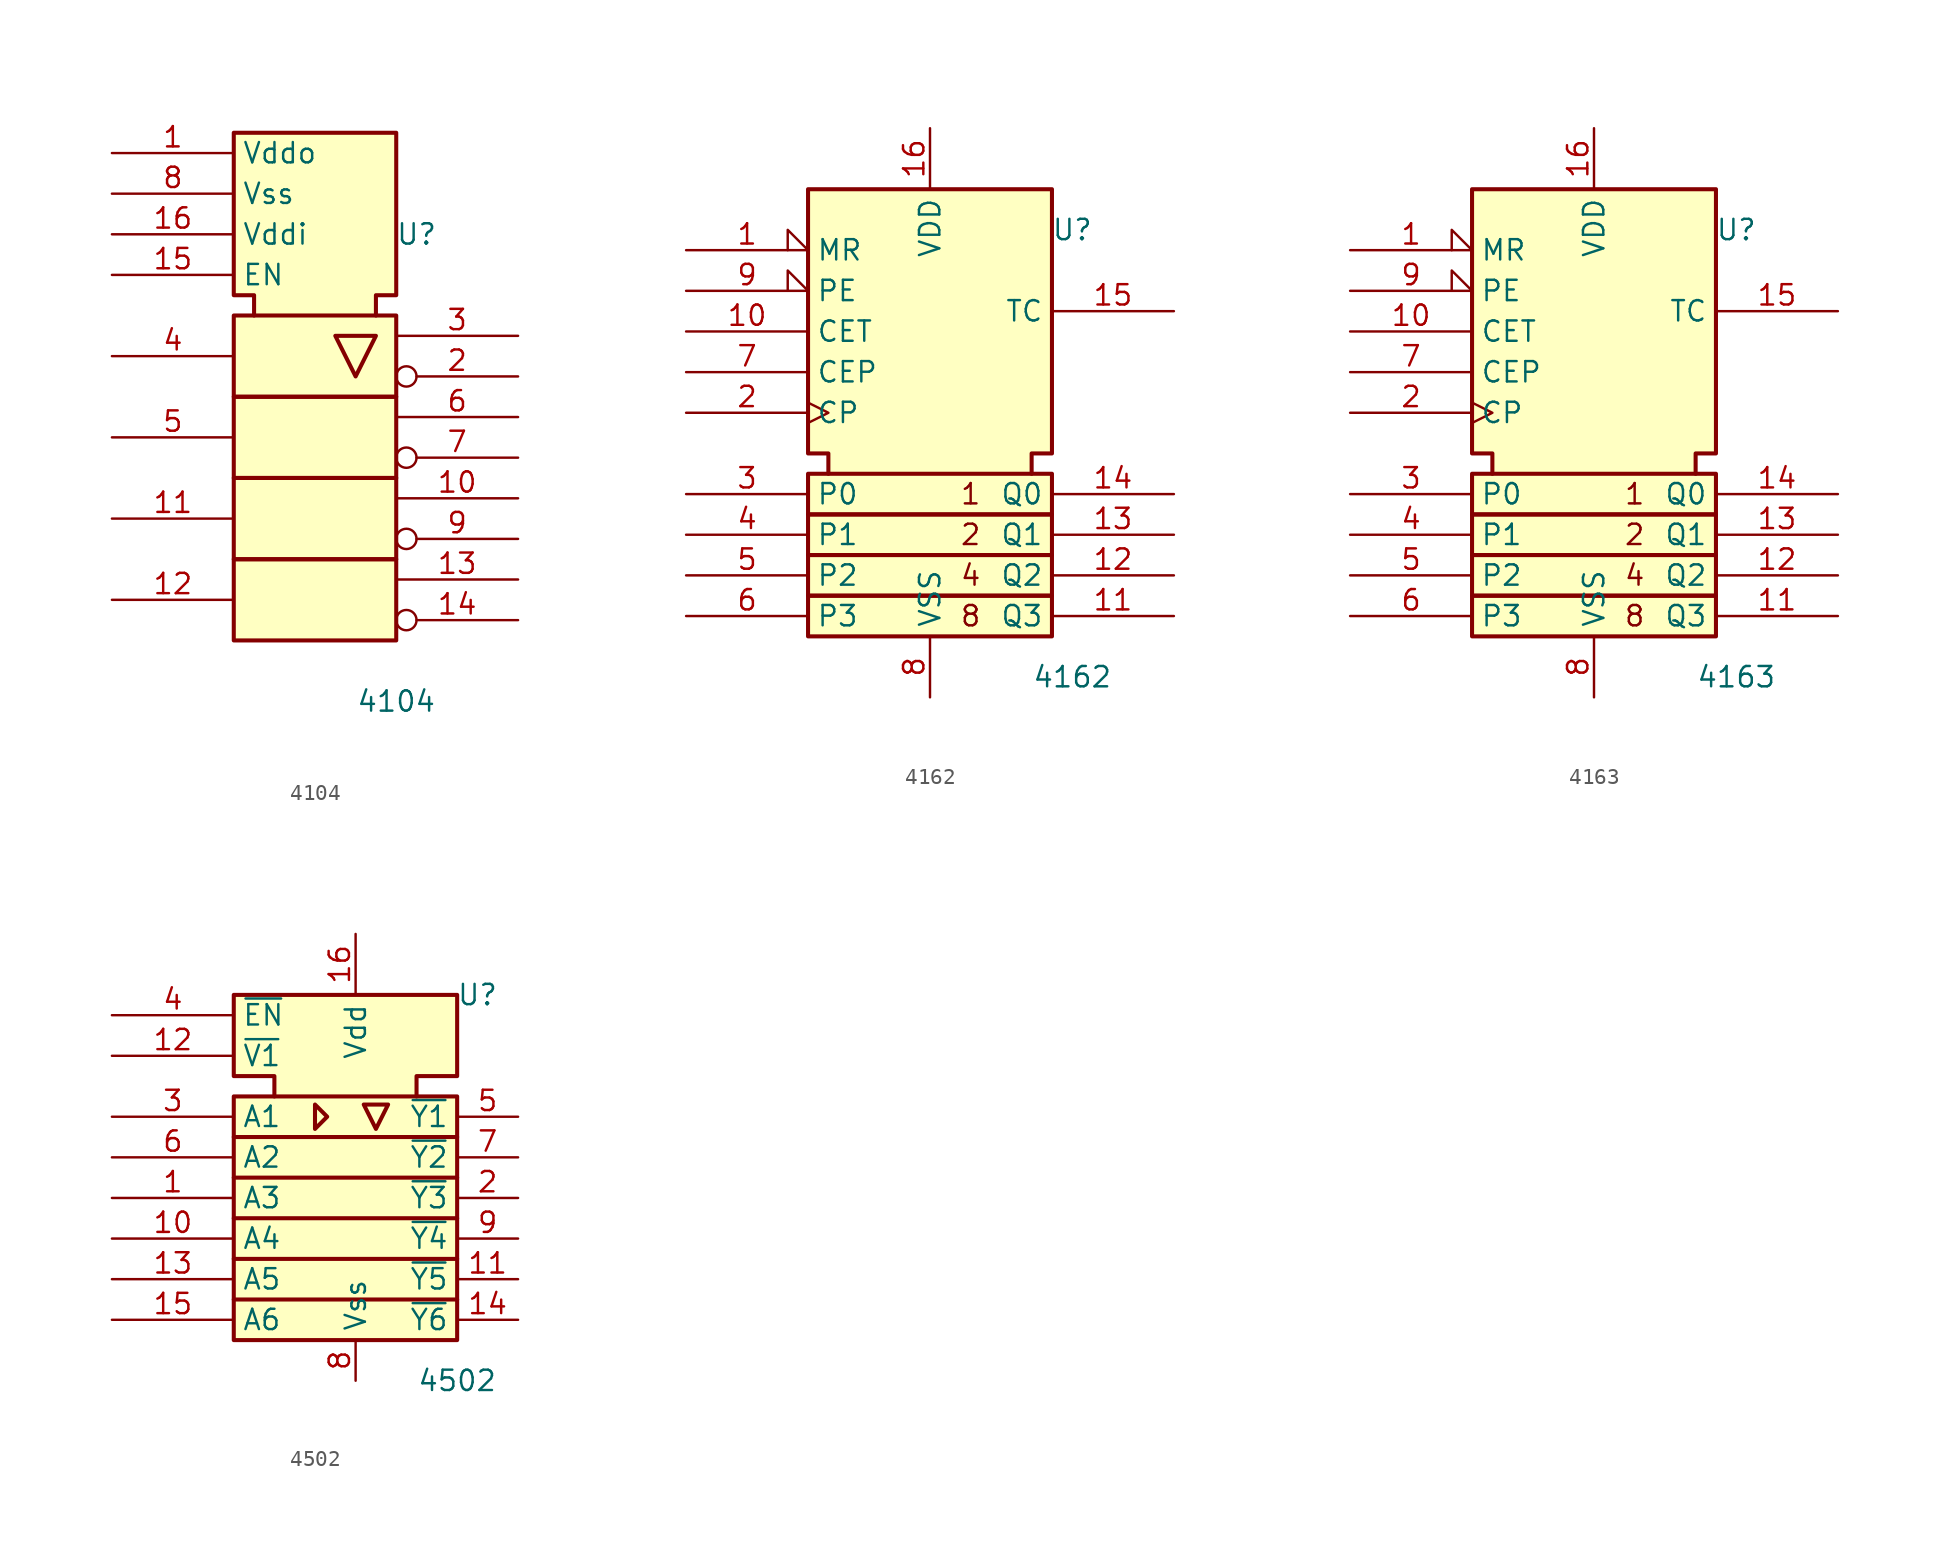
<source format=kicad_sym>
(kicad_symbol_lib
  (version 20231120)
  (generator "kicad_symbol_editor")
  (generator_version "8.0")
  (symbol "4104"
    (property "Reference" "U"
      (at 6.35 8.89 0)
      (effects (font (size 1.27 1.27))))
    (property "Value" "4104"
      (at 5.08 -20.32 0)
      (effects (font (size 1.27 1.27))))
    (symbol "4104_0_0"
      (rectangle (start -5.08 -11.43) (end 5.08 -16.51) (stroke (width 0.254) (type default)) (fill (type background)))
      (rectangle (start -5.08 -6.35) (end 5.08 -11.43) (stroke (width 0.254) (type default)) (fill (type background)))
      (rectangle (start -5.08 -1.27) (end 5.08 -6.35) (stroke (width 0.254) (type default)) (fill (type background)))
      (rectangle (start -5.08 3.81) (end 5.08 -1.27) (stroke (width 0.254) (type default)) (fill (type background)))
      (polyline (pts (xy 1.27 2.54) (xy 3.81 2.54) (xy 2.54 0) (xy 1.27 2.54) (xy 1.27 2.54)) (stroke (width 0.254) (type default)) (fill (type background)))
      (polyline (pts (xy -3.81 3.81) (xy -3.81 5.08) (xy -5.08 5.08) (xy -5.08 15.24) (xy 5.08 15.24) (xy 5.08 5.08) (xy 3.81 5.08) (xy 3.81 3.81) (xy 3.81 3.81)) (stroke (width 0.254) (type default)) (fill (type background))))
    (symbol "4104_1_1"
      (pin power_in line (at -12.7 13.97 0) (length 7.62) (name "Vddo" (effects (font (size 1.27 1.27)))) (number "1" (effects (font (size 1.27 1.27)))))
      (pin output line (at 12.7 -7.62 180) (length 7.62) (name "~" (effects (font (size 1.27 1.27)))) (number "10" (effects (font (size 1.27 1.27)))))
      (pin input line (at -12.7 -8.89 0) (length 7.62) (name "~" (effects (font (size 1.27 1.27)))) (number "11" (effects (font (size 1.27 1.27)))))
      (pin input line (at -12.7 -13.97 0) (length 7.62) (name "~" (effects (font (size 1.27 1.27)))) (number "12" (effects (font (size 1.27 1.27)))))
      (pin output line (at 12.7 -12.7 180) (length 7.62) (name "~" (effects (font (size 1.27 1.27)))) (number "13" (effects (font (size 1.27 1.27)))))
      (pin output inverted (at 12.7 -15.24 180) (length 7.62) (name "~" (effects (font (size 1.27 1.27)))) (number "14" (effects (font (size 1.27 1.27)))))
      (pin input line (at -12.7 6.35 0) (length 7.62) (name "EN" (effects (font (size 1.27 1.27)))) (number "15" (effects (font (size 1.27 1.27)))))
      (pin power_in line (at -12.7 8.89 0) (length 7.62) (name "Vddi" (effects (font (size 1.27 1.27)))) (number "16" (effects (font (size 1.27 1.27)))))
      (pin output inverted (at 12.7 0 180) (length 7.62) (name "~" (effects (font (size 1.27 1.27)))) (number "2" (effects (font (size 1.27 1.27)))))
      (pin output line (at 12.7 2.54 180) (length 7.62) (name "~" (effects (font (size 1.27 1.27)))) (number "3" (effects (font (size 1.27 1.27)))))
      (pin input line (at -12.7 1.27 0) (length 7.62) (name "~" (effects (font (size 1.27 1.27)))) (number "4" (effects (font (size 1.27 1.27)))))
      (pin input line (at -12.7 -3.81 0) (length 7.62) (name "~" (effects (font (size 1.27 1.27)))) (number "5" (effects (font (size 1.27 1.27)))))
      (pin output line (at 12.7 -2.54 180) (length 7.62) (name "~" (effects (font (size 1.27 1.27)))) (number "6" (effects (font (size 1.27 1.27)))))
      (pin output inverted (at 12.7 -5.08 180) (length 7.62) (name "~" (effects (font (size 1.27 1.27)))) (number "7" (effects (font (size 1.27 1.27)))))
      (pin power_in line (at -12.7 11.43 0) (length 7.62) (name "Vss" (effects (font (size 1.27 1.27)))) (number "8" (effects (font (size 1.27 1.27)))))
      (pin output inverted (at 12.7 -10.16 180) (length 7.62) (name "~" (effects (font (size 1.27 1.27)))) (number "9" (effects (font (size 1.27 1.27)))))))
  (symbol "4162"
    (property "Reference" "U"
      (at 8.89 8.89 0)
      (effects (font (size 1.27 1.27))))
    (property "Value" "4162"
      (at 8.89 -19.05 0)
      (effects (font (size 1.27 1.27))))
    (symbol "4162_0_0"
      (rectangle (start -7.62 -13.97) (end 7.62 -16.51) (stroke (width 0.254) (type default)) (fill (type background)))
      (rectangle (start -7.62 -11.43) (end 7.62 -13.97) (stroke (width 0.254) (type default)) (fill (type background)))
      (rectangle (start -7.62 -8.89) (end 7.62 -11.43) (stroke (width 0.254) (type default)) (fill (type background)))
      (rectangle (start -7.62 -6.35) (end 7.62 -8.89) (stroke (width 0.254) (type default)) (fill (type background)))
      (polyline (pts (xy -6.35 -6.35) (xy -6.35 -5.08) (xy -7.62 -5.08) (xy -7.62 11.43) (xy 7.62 11.43) (xy 7.62 -5.08) (xy 6.35 -5.08) (xy 6.35 -6.35) (xy 6.35 -6.35)) (stroke (width 0.254) (type default)) (fill (type background)))
      (text "1" (at 2.54 -7.62 0) (effects (font (size 1.27 1.27))))
      (text "2" (at 2.54 -10.16 0) (effects (font (size 1.27 1.27))))
      (text "4" (at 2.54 -12.7 0) (effects (font (size 1.27 1.27))))
      (text "8" (at 2.54 -15.24 0) (effects (font (size 1.27 1.27)))))
    (symbol "4162_1_1"
      (pin input input_low (at -15.24 7.62 0) (length 7.62) (name "MR" (effects (font (size 1.27 1.27)))) (number "1" (effects (font (size 1.27 1.27)))))
      (pin input line (at -15.24 2.54 0) (length 7.62) (name "CET" (effects (font (size 1.27 1.27)))) (number "10" (effects (font (size 1.27 1.27)))))
      (pin output line (at 15.24 -15.24 180) (length 7.62) (name "Q3" (effects (font (size 1.27 1.27)))) (number "11" (effects (font (size 1.27 1.27)))))
      (pin output line (at 15.24 -12.7 180) (length 7.62) (name "Q2" (effects (font (size 1.27 1.27)))) (number "12" (effects (font (size 1.27 1.27)))))
      (pin output line (at 15.24 -10.16 180) (length 7.62) (name "Q1" (effects (font (size 1.27 1.27)))) (number "13" (effects (font (size 1.27 1.27)))))
      (pin output line (at 15.24 -7.62 180) (length 7.62) (name "Q0" (effects (font (size 1.27 1.27)))) (number "14" (effects (font (size 1.27 1.27)))))
      (pin output line (at 15.24 3.81 180) (length 7.62) (name "TC" (effects (font (size 1.27 1.27)))) (number "15" (effects (font (size 1.27 1.27)))))
      (pin power_in line (at 0 15.24 270) (length 3.81) (name "VDD" (effects (font (size 1.27 1.27)))) (number "16" (effects (font (size 1.27 1.27)))))
      (pin input clock (at -15.24 -2.54 0) (length 7.62) (name "CP" (effects (font (size 1.27 1.27)))) (number "2" (effects (font (size 1.27 1.27)))))
      (pin input line (at -15.24 -7.62 0) (length 7.62) (name "P0" (effects (font (size 1.27 1.27)))) (number "3" (effects (font (size 1.27 1.27)))))
      (pin input line (at -15.24 -10.16 0) (length 7.62) (name "P1" (effects (font (size 1.27 1.27)))) (number "4" (effects (font (size 1.27 1.27)))))
      (pin input line (at -15.24 -12.7 0) (length 7.62) (name "P2" (effects (font (size 1.27 1.27)))) (number "5" (effects (font (size 1.27 1.27)))))
      (pin input line (at -15.24 -15.24 0) (length 7.62) (name "P3" (effects (font (size 1.27 1.27)))) (number "6" (effects (font (size 1.27 1.27)))))
      (pin input line (at -15.24 0 0) (length 7.62) (name "CEP" (effects (font (size 1.27 1.27)))) (number "7" (effects (font (size 1.27 1.27)))))
      (pin power_in line (at 0 -20.32 90) (length 3.81) (name "VSS" (effects (font (size 1.27 1.27)))) (number "8" (effects (font (size 1.27 1.27)))))
      (pin input input_low (at -15.24 5.08 0) (length 7.62) (name "PE" (effects (font (size 1.27 1.27)))) (number "9" (effects (font (size 1.27 1.27)))))))
  (symbol "4163"
    (property "Reference" "U"
      (at 8.89 10.16 0)
      (effects (font (size 1.27 1.27))))
    (property "Value" "4163"
      (at 8.89 -17.78 0)
      (effects (font (size 1.27 1.27))))
    (symbol "4163_0_0"
      (rectangle (start -7.62 -12.7) (end 7.62 -15.24) (stroke (width 0.254) (type default)) (fill (type background)))
      (rectangle (start -7.62 -10.16) (end 7.62 -12.7) (stroke (width 0.254) (type default)) (fill (type background)))
      (rectangle (start -7.62 -7.62) (end 7.62 -10.16) (stroke (width 0.254) (type default)) (fill (type background)))
      (rectangle (start -7.62 -5.08) (end 7.62 -7.62) (stroke (width 0.254) (type default)) (fill (type background)))
      (polyline (pts (xy -6.35 -5.08) (xy -6.35 -3.81) (xy -7.62 -3.81) (xy -7.62 12.7) (xy 7.62 12.7) (xy 7.62 -3.81) (xy 6.35 -3.81) (xy 6.35 -5.08) (xy 6.35 -5.08)) (stroke (width 0.254) (type default)) (fill (type background)))
      (text "1" (at 2.54 -6.35 0) (effects (font (size 1.27 1.27))))
      (text "2" (at 2.54 -8.89 0) (effects (font (size 1.27 1.27))))
      (text "4" (at 2.54 -11.43 0) (effects (font (size 1.27 1.27))))
      (text "8" (at 2.54 -13.97 0) (effects (font (size 1.27 1.27)))))
    (symbol "4163_1_1"
      (pin input input_low (at -15.24 8.89 0) (length 7.62) (name "MR" (effects (font (size 1.27 1.27)))) (number "1" (effects (font (size 1.27 1.27)))))
      (pin input line (at -15.24 3.81 0) (length 7.62) (name "CET" (effects (font (size 1.27 1.27)))) (number "10" (effects (font (size 1.27 1.27)))))
      (pin output line (at 15.24 -13.97 180) (length 7.62) (name "Q3" (effects (font (size 1.27 1.27)))) (number "11" (effects (font (size 1.27 1.27)))))
      (pin output line (at 15.24 -11.43 180) (length 7.62) (name "Q2" (effects (font (size 1.27 1.27)))) (number "12" (effects (font (size 1.27 1.27)))))
      (pin output line (at 15.24 -8.89 180) (length 7.62) (name "Q1" (effects (font (size 1.27 1.27)))) (number "13" (effects (font (size 1.27 1.27)))))
      (pin output line (at 15.24 -6.35 180) (length 7.62) (name "Q0" (effects (font (size 1.27 1.27)))) (number "14" (effects (font (size 1.27 1.27)))))
      (pin output line (at 15.24 5.08 180) (length 7.62) (name "TC" (effects (font (size 1.27 1.27)))) (number "15" (effects (font (size 1.27 1.27)))))
      (pin power_in line (at 0 16.51 270) (length 3.81) (name "VDD" (effects (font (size 1.27 1.27)))) (number "16" (effects (font (size 1.27 1.27)))))
      (pin input clock (at -15.24 -1.27 0) (length 7.62) (name "CP" (effects (font (size 1.27 1.27)))) (number "2" (effects (font (size 1.27 1.27)))))
      (pin input line (at -15.24 -6.35 0) (length 7.62) (name "P0" (effects (font (size 1.27 1.27)))) (number "3" (effects (font (size 1.27 1.27)))))
      (pin input line (at -15.24 -8.89 0) (length 7.62) (name "P1" (effects (font (size 1.27 1.27)))) (number "4" (effects (font (size 1.27 1.27)))))
      (pin input line (at -15.24 -11.43 0) (length 7.62) (name "P2" (effects (font (size 1.27 1.27)))) (number "5" (effects (font (size 1.27 1.27)))))
      (pin input line (at -15.24 -13.97 0) (length 7.62) (name "P3" (effects (font (size 1.27 1.27)))) (number "6" (effects (font (size 1.27 1.27)))))
      (pin input line (at -15.24 1.27 0) (length 7.62) (name "CEP" (effects (font (size 1.27 1.27)))) (number "7" (effects (font (size 1.27 1.27)))))
      (pin power_in line (at 0 -19.05 90) (length 3.81) (name "VSS" (effects (font (size 1.27 1.27)))) (number "8" (effects (font (size 1.27 1.27)))))
      (pin input input_low (at -15.24 6.35 0) (length 7.62) (name "PE" (effects (font (size 1.27 1.27)))) (number "9" (effects (font (size 1.27 1.27)))))))
  (symbol "4502"
    (property "Reference" "U"
      (at 7.62 13.97 0)
      (effects (font (size 1.27 1.27))))
    (property "Value" "4502"
      (at 6.35 -10.16 0)
      (effects (font (size 1.27 1.27))))
    (symbol "4502_0_0"
      (polyline (pts (xy -7.62 -5.08) (xy 6.35 -5.08) (xy 6.35 -5.08)) (stroke (width 0.254) (type default)) (fill (type background)))
      (polyline (pts (xy -7.62 0) (xy 6.35 0) (xy 6.35 0)) (stroke (width 0.254) (type default)) (fill (type background)))
      (polyline (pts (xy -7.62 5.08) (xy 6.35 5.08) (xy 6.35 5.08)) (stroke (width 0.254) (type default)) (fill (type background)))
      (polyline (pts (xy -5.08 7.62) (xy 3.81 7.62) (xy 3.81 7.62)) (stroke (width 0.254) (type default)) (fill (type background)))
      (polyline (pts (xy 6.35 -2.54) (xy -7.62 -2.54) (xy -7.62 -2.54)) (stroke (width 0.254) (type default)) (fill (type background)))
      (polyline (pts (xy 6.35 2.54) (xy -7.62 2.54) (xy -7.62 2.54)) (stroke (width 0.254) (type default)) (fill (type background)))
      (polyline (pts (xy -2.54 7.112) (xy -2.54 5.588) (xy -1.778 6.35) (xy -2.54 7.112) (xy -2.54 7.112)) (stroke (width 0.254) (type default)) (fill (type background)))
      (polyline (pts (xy 0.508 7.112) (xy 2.032 7.112) (xy 1.27 5.588) (xy 0.508 7.112) (xy 0.508 7.112)) (stroke (width 0.254) (type default)) (fill (type background)))
      (polyline (pts (xy -7.62 13.97) (xy -7.62 8.89) (xy -5.08 8.89) (xy -5.08 7.62) (xy -7.62 7.62) (xy -7.62 -7.62) (xy 6.35 -7.62) (xy 6.35 7.62) (xy 3.81 7.62) (xy 3.81 8.89) (xy 6.35 8.89) (xy 6.35 13.97) (xy -7.62 13.97) (xy -7.62 13.97)) (stroke (width 0.254) (type default)) (fill (type background)))
      (pin power_in line (at 0 17.78 270) (length 3.81) (name "Vdd" (effects (font (size 1.27 1.27)))) (number "16" (effects (font (size 1.27 1.27)))))
      (pin power_in line (at 0 -10.16 90) (length 2.54) (name "Vss" (effects (font (size 1.27 1.27)))) (number "8" (effects (font (size 1.27 1.27))))))
    (symbol "4502_1_1"
      (pin input line (at -15.24 1.27 0) (length 7.62) (name "A3" (effects (font (size 1.27 1.27)))) (number "1" (effects (font (size 1.27 1.27)))))
      (pin input line (at -15.24 -1.27 0) (length 7.62) (name "A4" (effects (font (size 1.27 1.27)))) (number "10" (effects (font (size 1.27 1.27)))))
      (pin output line (at 10.16 -3.81 180) (length 3.81) (name "~{Y5}" (effects (font (size 1.27 1.27)))) (number "11" (effects (font (size 1.27 1.27)))))
      (pin input line (at -15.24 10.16 0) (length 7.62) (name "~{V1}" (effects (font (size 1.27 1.27)))) (number "12" (effects (font (size 1.27 1.27)))))
      (pin input line (at -15.24 -3.81 0) (length 7.62) (name "A5" (effects (font (size 1.27 1.27)))) (number "13" (effects (font (size 1.27 1.27)))))
      (pin output line (at 10.16 -6.35 180) (length 3.81) (name "~{Y6}" (effects (font (size 1.27 1.27)))) (number "14" (effects (font (size 1.27 1.27)))))
      (pin input line (at -15.24 -6.35 0) (length 7.62) (name "A6" (effects (font (size 1.27 1.27)))) (number "15" (effects (font (size 1.27 1.27)))))
      (pin output line (at 10.16 1.27 180) (length 3.81) (name "~{Y3}" (effects (font (size 1.27 1.27)))) (number "2" (effects (font (size 1.27 1.27)))))
      (pin input line (at -15.24 6.35 0) (length 7.62) (name "A1" (effects (font (size 1.27 1.27)))) (number "3" (effects (font (size 1.27 1.27)))))
      (pin input line (at -15.24 12.7 0) (length 7.62) (name "~{EN}" (effects (font (size 1.27 1.27)))) (number "4" (effects (font (size 1.27 1.27)))))
      (pin output line (at 10.16 6.35 180) (length 3.81) (name "~{Y1}" (effects (font (size 1.27 1.27)))) (number "5" (effects (font (size 1.27 1.27)))))
      (pin input line (at -15.24 3.81 0) (length 7.62) (name "A2" (effects (font (size 1.27 1.27)))) (number "6" (effects (font (size 1.27 1.27)))))
      (pin output line (at 10.16 3.81 180) (length 3.81) (name "~{Y2}" (effects (font (size 1.27 1.27)))) (number "7" (effects (font (size 1.27 1.27)))))
      (pin output line (at 10.16 -1.27 180) (length 3.81) (name "~{Y4}" (effects (font (size 1.27 1.27)))) (number "9" (effects (font (size 1.27 1.27))))))))
</source>
